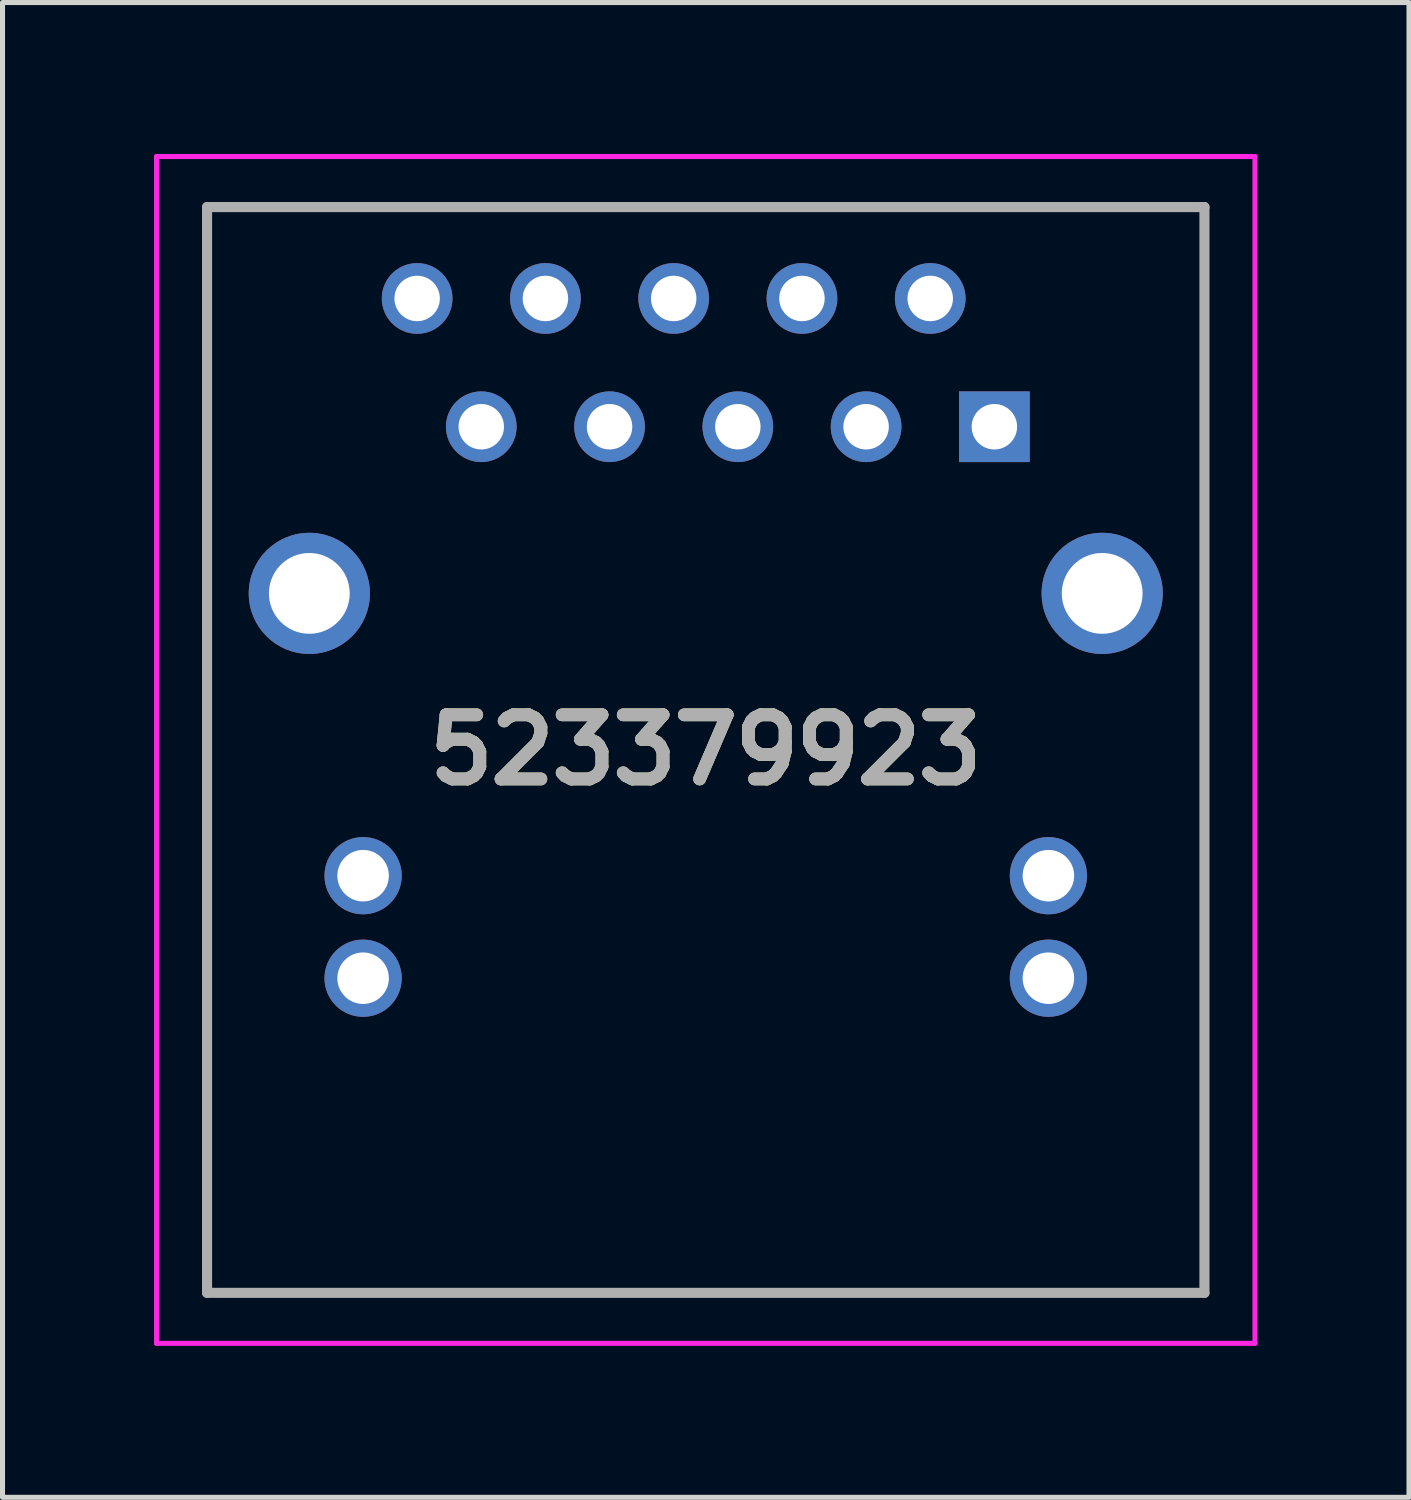
<source format=kicad_pcb>
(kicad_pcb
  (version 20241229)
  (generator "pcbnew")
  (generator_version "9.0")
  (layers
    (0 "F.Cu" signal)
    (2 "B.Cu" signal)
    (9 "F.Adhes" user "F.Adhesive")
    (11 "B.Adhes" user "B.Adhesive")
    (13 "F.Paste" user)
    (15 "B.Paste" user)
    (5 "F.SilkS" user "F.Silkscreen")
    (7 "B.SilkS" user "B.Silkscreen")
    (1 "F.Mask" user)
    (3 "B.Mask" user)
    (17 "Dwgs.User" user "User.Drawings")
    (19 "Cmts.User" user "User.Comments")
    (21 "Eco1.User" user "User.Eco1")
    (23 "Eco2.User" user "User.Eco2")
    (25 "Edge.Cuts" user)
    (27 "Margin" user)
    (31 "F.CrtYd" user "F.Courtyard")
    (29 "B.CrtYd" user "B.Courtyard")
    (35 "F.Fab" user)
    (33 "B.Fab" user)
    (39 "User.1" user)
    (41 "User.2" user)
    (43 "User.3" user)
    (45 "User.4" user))
  (footprint "523379923"
    (layer "F.Cu")
    (at 16.64 5.4)
    (property "Reference" "523379923" (at -5.715 6.4 0) (layer "F.SilkS") (effects (font (size 1.27 1.27) (thickness 0.254))))
    (attr through_hole)
    (fp_line (start -15.59 -4.35) (end 4.16 -4.35) (stroke (width 0.1) (type solid)) (layer "F.SilkS"))
    (fp_line (start -15.59 17.15) (end -15.59 -4.35) (stroke (width 0.1) (type solid)) (layer "F.SilkS"))
    (fp_line (start 4.16 -4.35) (end 4.16 17.15) (stroke (width 0.1) (type solid)) (layer "F.SilkS"))
    (fp_line (start 4.16 17.15) (end -15.59 17.15) (stroke (width 0.1) (type solid)) (layer "F.SilkS"))
    (fp_line (start -16.59 -5.35) (end 5.16 -5.35) (stroke (width 0.1) (type solid)) (layer "F.CrtYd"))
    (fp_line (start -16.59 18.15) (end -16.59 -5.35) (stroke (width 0.1) (type solid)) (layer "F.CrtYd"))
    (fp_line (start 5.16 -5.35) (end 5.16 18.15) (stroke (width 0.1) (type solid)) (layer "F.CrtYd"))
    (fp_line (start 5.16 18.15) (end -16.59 18.15) (stroke (width 0.1) (type solid)) (layer "F.CrtYd"))
    (fp_line (start -15.59 -4.35) (end 4.16 -4.35) (stroke (width 0.2) (type solid)) (layer "F.Fab"))
    (fp_line (start -15.59 17.15) (end -15.59 -4.35) (stroke (width 0.2) (type solid)) (layer "F.Fab"))
    (fp_line (start 4.16 -4.35) (end 4.16 17.15) (stroke (width 0.2) (type solid)) (layer "F.Fab"))
    (fp_line (start 4.16 17.15) (end -15.59 17.15) (stroke (width 0.2) (type solid)) (layer "F.Fab"))
    (fp_text user "${REFERENCE}" (at -5.715 6.4 0) (layer "F.Fab") (effects (font (size 1.27 1.27) (thickness 0.254))))
    (pad "" np_thru_hole circle (at -11.43 6.35) (size 0.001 0.001) (drill 3.2) (layers "*.Cu" "*.Mask"))
    (pad "" np_thru_hole circle (at 0 6.35) (size 0.001 0.001) (drill 3.2) (layers "*.Cu" "*.Mask"))
    (pad "MH1" thru_hole circle (at -13.565 3.3) (size 2.4 2.4) (drill 1.6) (layers "*.Cu" "*.Mask"))
    (pad "MH2" thru_hole circle (at 2.135 3.3) (size 2.4 2.4) (drill 1.6) (layers "*.Cu" "*.Mask"))
    (pad "P1" thru_hole rect (at 0 0) (size 1.4 1.4) (drill 0.9) (layers "*.Cu" "*.Mask"))
    (pad "P2" thru_hole circle (at -1.27 -2.54) (size 1.4 1.4) (drill 0.9) (layers "*.Cu" "*.Mask"))
    (pad "P3" thru_hole circle (at -2.54 0) (size 1.4 1.4) (drill 0.9) (layers "*.Cu" "*.Mask"))
    (pad "P4" thru_hole circle (at -3.81 -2.54) (size 1.4 1.4) (drill 0.9) (layers "*.Cu" "*.Mask"))
    (pad "P5" thru_hole circle (at -5.08 0) (size 1.4 1.4) (drill 0.9) (layers "*.Cu" "*.Mask"))
    (pad "P6" thru_hole circle (at -6.35 -2.54) (size 1.4 1.4) (drill 0.9) (layers "*.Cu" "*.Mask"))
    (pad "P7" thru_hole circle (at -7.62 0) (size 1.4 1.4) (drill 0.9) (layers "*.Cu" "*.Mask"))
    (pad "P8" thru_hole circle (at -8.89 -2.54) (size 1.4 1.4) (drill 0.9) (layers "*.Cu" "*.Mask"))
    (pad "P9" thru_hole circle (at -10.16 0) (size 1.4 1.4) (drill 0.9) (layers "*.Cu" "*.Mask"))
    (pad "P10" thru_hole circle (at -11.43 -2.54) (size 1.4 1.4) (drill 0.9) (layers "*.Cu" "*.Mask"))
    (pad "P11" thru_hole circle (at -12.5 8.89) (size 1.53 1.53) (drill 1.02) (layers "*.Cu" "*.Mask"))
    (pad "P12" thru_hole circle (at -12.5 10.92) (size 1.53 1.53) (drill 1.02) (layers "*.Cu" "*.Mask"))
    (pad "P13" thru_hole circle (at 1.07 8.89) (size 1.53 1.53) (drill 1.02) (layers "*.Cu" "*.Mask"))
    (pad "P14" thru_hole circle (at 1.07 10.92) (size 1.53 1.53) (drill 1.02) (layers "*.Cu" "*.Mask")))
  (gr_rect
    (start -3 -3)
    (end 24.85 26.6)
    (stroke (width 0.1) (type default))
    (fill no)
    (layer "Edge.Cuts")))
</source>
